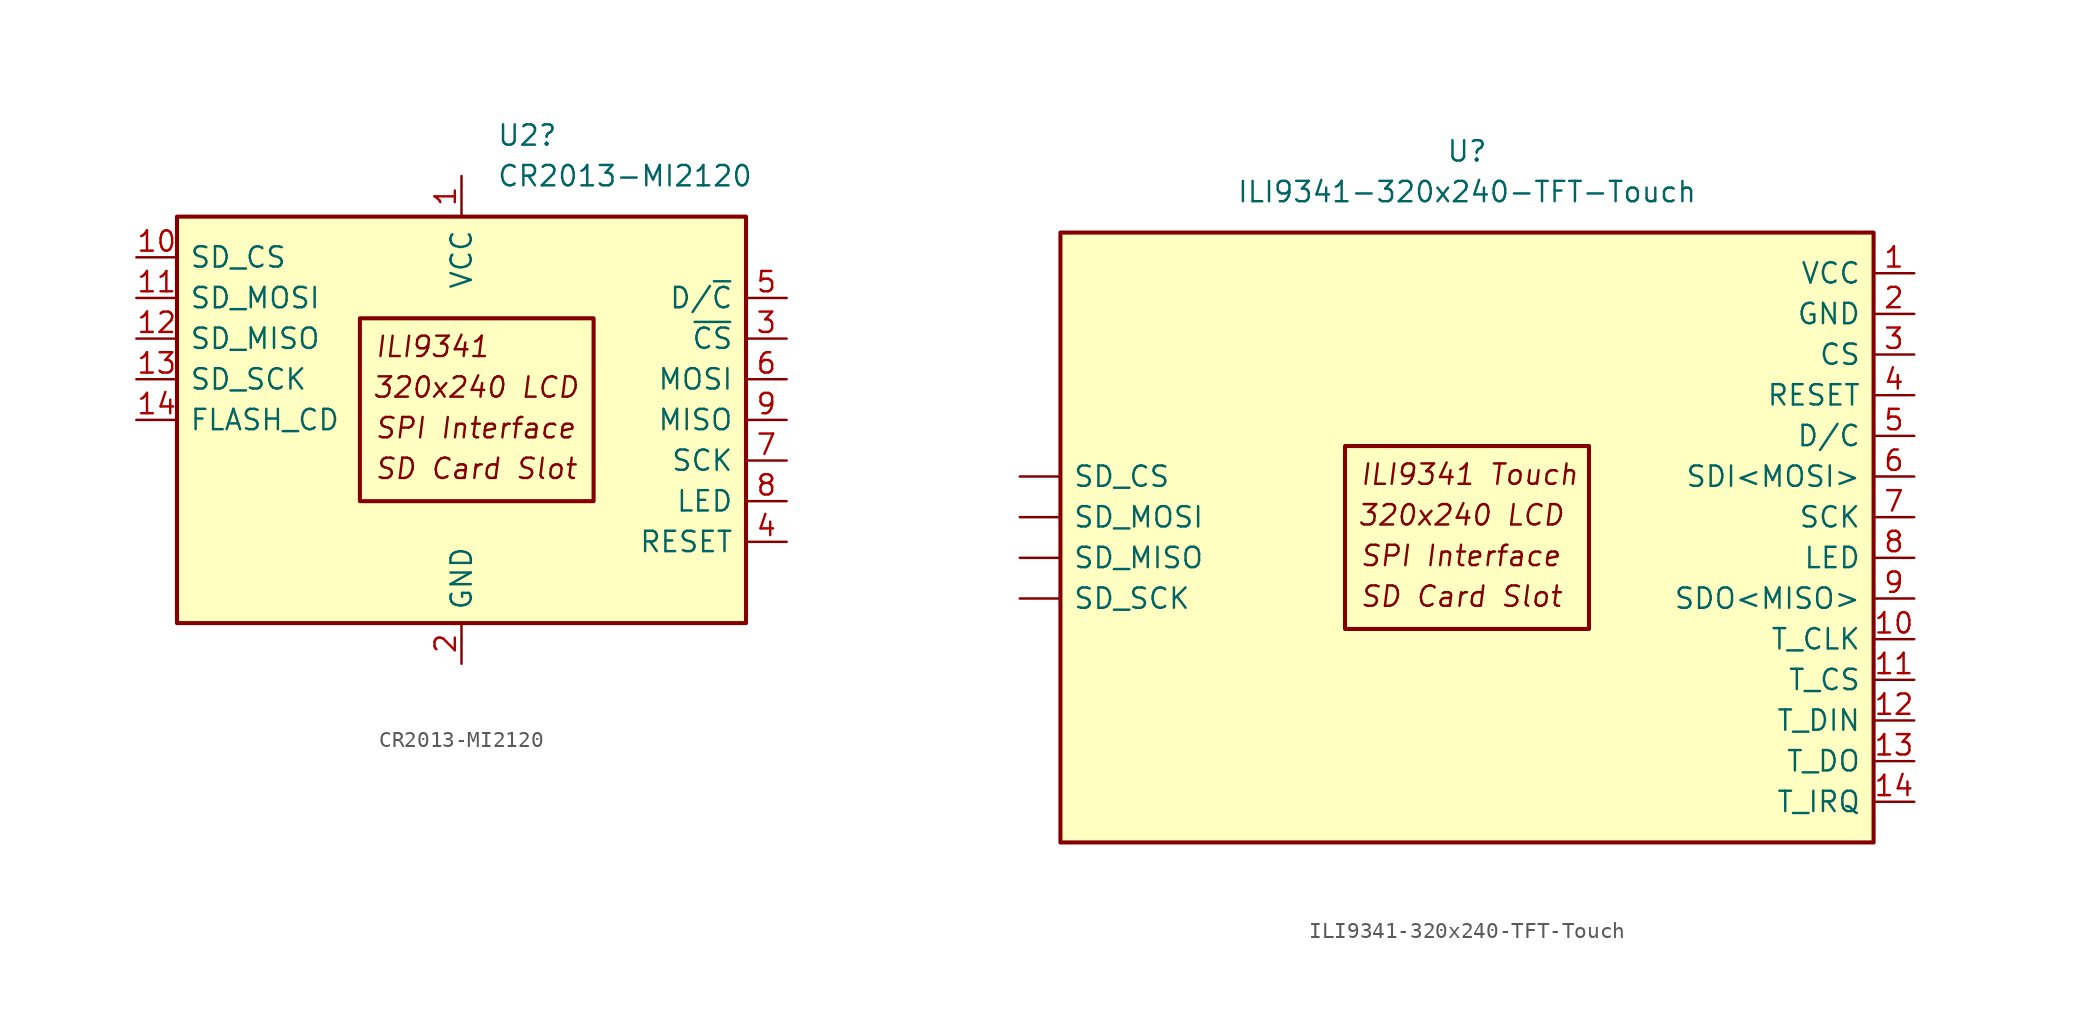
<source format=kicad_sym>
(kicad_symbol_lib
  (version 20231120)
  (generator "kicad_symbol_editor")
  (generator_version "8.0")
  (symbol "CR2013-MI2120"
    (pin_names
      (offset 0.762))
    (property "Reference" "U2"
      (at 2.194 17.78 0)
      (effects (font (size 1.27 1.27)) (justify left)))
    (property "Value" "CR2013-MI2120"
      (at 2.194 15.24 0)
      (effects (font (size 1.27 1.27)) (justify left)))
    (symbol "CR2013-MI2120_0_0"
      (text "320x240 LCD" (at 0.889 2.032 0) (effects (font (size 1.27 1.27) (italic yes))))
      (text "ILI9341" (at -5.461 4.572 0) (effects (font (size 1.27 1.27) (italic yes)) (justify left)))
      (text "SD Card Slot" (at -5.461 -3.048 0) (effects (font (size 1.27 1.27) (italic yes)) (justify left)))
      (text "SPI Interface" (at -5.461 -0.508 0) (effects (font (size 1.27 1.27) (italic yes)) (justify left))))
    (symbol "CR2013-MI2120_0_1"
      (rectangle (start -17.78 12.7) (end 17.78 -12.7) (stroke (width 0.254) (type default)) (fill (type background)))
      (rectangle (start -6.35 6.35) (end 8.255 -5.08) (stroke (width 0.254) (type default)) (fill (type none))))
    (symbol "CR2013-MI2120_1_1"
      (pin power_in line (at 0 15.24 270) (length 2.54) (name "VCC" (effects (font (size 1.27 1.27)))) (number "1" (effects (font (size 1.27 1.27)))))
      (pin input line (at -20.32 10.16 0) (length 2.54) (name "SD_CS" (effects (font (size 1.27 1.27)))) (number "10" (effects (font (size 1.27 1.27)))))
      (pin input line (at -20.32 7.62 0) (length 2.54) (name "SD_MOSI" (effects (font (size 1.27 1.27)))) (number "11" (effects (font (size 1.27 1.27)))))
      (pin output line (at -20.32 5.08 0) (length 2.54) (name "SD_MISO" (effects (font (size 1.27 1.27)))) (number "12" (effects (font (size 1.27 1.27)))))
      (pin input line (at -20.32 2.54 0) (length 2.54) (name "SD_SCK" (effects (font (size 1.27 1.27)))) (number "13" (effects (font (size 1.27 1.27)))))
      (pin input line (at -20.32 0 0) (length 2.54) (name "FLASH_CD" (effects (font (size 1.27 1.27)))) (number "14" (effects (font (size 1.27 1.27)))))
      (pin power_in line (at 0 -15.24 90) (length 2.54) (name "GND" (effects (font (size 1.27 1.27)))) (number "2" (effects (font (size 1.27 1.27)))))
      (pin input line (at 20.32 5.08 180) (length 2.54) (name "~{CS}" (effects (font (size 1.27 1.27)))) (number "3" (effects (font (size 1.27 1.27)))))
      (pin input line (at 20.32 -7.62 180) (length 2.54) (name "RESET" (effects (font (size 1.27 1.27)))) (number "4" (effects (font (size 1.27 1.27)))))
      (pin input line (at 20.32 7.62 180) (length 2.54) (name "D/~{C}" (effects (font (size 1.27 1.27)))) (number "5" (effects (font (size 1.27 1.27)))))
      (pin input line (at 20.32 2.54 180) (length 2.54) (name "MOSI" (effects (font (size 1.27 1.27)))) (number "6" (effects (font (size 1.27 1.27)))))
      (pin input line (at 20.32 -2.54 180) (length 2.54) (name "SCK" (effects (font (size 1.27 1.27)))) (number "7" (effects (font (size 1.27 1.27)))))
      (pin input line (at 20.32 -5.08 180) (length 2.54) (name "LED" (effects (font (size 1.27 1.27)))) (number "8" (effects (font (size 1.27 1.27)))))
      (pin output line (at 20.32 0 180) (length 2.54) (name "MISO" (effects (font (size 1.27 1.27)))) (number "9" (effects (font (size 1.27 1.27)))))))
  (symbol "ILI9341-320x240-TFT-Touch"
    (pin_names
      (offset 0.762))
    (property "Reference" "U"
      (at 8.89 17.78 0)
      (effects (font (size 1.27 1.27))))
    (property "Value" "ILI9341-320x240-TFT-Touch"
      (at 8.89 15.24 0)
      (effects (font (size 1.27 1.27))))
    (symbol "ILI9341-320x240-TFT-Touch_0_0"
      (text "320x240 LCD" (at 8.509 -4.953 0) (effects (font (size 1.27 1.27) (italic yes))))
      (text "SD Card Slot" (at 2.159 -10.033 0) (effects (font (size 1.27 1.27) (italic yes)) (justify left)))
      (text "SPI Interface" (at 2.159 -7.493 0) (effects (font (size 1.27 1.27) (italic yes)) (justify left))))
    (symbol "ILI9341-320x240-TFT-Touch_0_1"
      (rectangle (start -16.51 12.7) (end 34.29 -25.4) (stroke (width 0.254) (type default)) (fill (type background)))
      (rectangle (start 1.27 -0.635) (end 16.51 -12.065) (stroke (width 0.254) (type default)) (fill (type none))))
    (symbol "ILI9341-320x240-TFT-Touch_1_0"
      (text "ILI9341 Touch" (at 2.159 -2.413 0) (effects (font (size 1.27 1.27) (italic yes)) (justify left))))
    (symbol "ILI9341-320x240-TFT-Touch_1_1"
      (pin input line (at -19.05 -2.54 0) (length 2.54) (name "SD_CS" (effects (font (size 1.27 1.27)))) (number "" (effects (font (size 1.27 1.27)))))
      (pin output line (at -19.05 -7.62 0) (length 2.54) (name "SD_MISO" (effects (font (size 1.27 1.27)))) (number "" (effects (font (size 1.27 1.27)))))
      (pin input line (at -19.05 -5.08 0) (length 2.54) (name "SD_MOSI" (effects (font (size 1.27 1.27)))) (number "" (effects (font (size 1.27 1.27)))))
      (pin input line (at -19.05 -10.16 0) (length 2.54) (name "SD_SCK" (effects (font (size 1.27 1.27)))) (number "" (effects (font (size 1.27 1.27)))))
      (pin power_in line (at 36.83 10.16 180) (length 2.54) (name "VCC" (effects (font (size 1.27 1.27)))) (number "1" (effects (font (size 1.27 1.27)))))
      (pin input line (at 36.83 -12.7 180) (length 2.54) (name "T_CLK" (effects (font (size 1.27 1.27)))) (number "10" (effects (font (size 1.27 1.27)))))
      (pin input line (at 36.83 -15.24 180) (length 2.54) (name "T_CS" (effects (font (size 1.27 1.27)))) (number "11" (effects (font (size 1.27 1.27)))))
      (pin input line (at 36.83 -17.78 180) (length 2.54) (name "T_DIN" (effects (font (size 1.27 1.27)))) (number "12" (effects (font (size 1.27 1.27)))))
      (pin output line (at 36.83 -20.32 180) (length 2.54) (name "T_DO" (effects (font (size 1.27 1.27)))) (number "13" (effects (font (size 1.27 1.27)))))
      (pin output line (at 36.83 -22.86 180) (length 2.54) (name "T_IRQ" (effects (font (size 1.27 1.27)))) (number "14" (effects (font (size 1.27 1.27)))))
      (pin power_in line (at 36.83 7.62 180) (length 2.54) (name "GND" (effects (font (size 1.27 1.27)))) (number "2" (effects (font (size 1.27 1.27)))))
      (pin input line (at 36.83 5.08 180) (length 2.54) (name "CS" (effects (font (size 1.27 1.27)))) (number "3" (effects (font (size 1.27 1.27)))))
      (pin input line (at 36.83 2.54 180) (length 2.54) (name "RESET" (effects (font (size 1.27 1.27)))) (number "4" (effects (font (size 1.27 1.27)))))
      (pin input line (at 36.83 0 180) (length 2.54) (name "D/C" (effects (font (size 1.27 1.27)))) (number "5" (effects (font (size 1.27 1.27)))))
      (pin input line (at 36.83 -2.54 180) (length 2.54) (name "SDI<MOSI>" (effects (font (size 1.27 1.27)))) (number "6" (effects (font (size 1.27 1.27)))))
      (pin input line (at 36.83 -5.08 180) (length 2.54) (name "SCK" (effects (font (size 1.27 1.27)))) (number "7" (effects (font (size 1.27 1.27)))))
      (pin passive line (at 36.83 -7.62 180) (length 2.54) (name "LED" (effects (font (size 1.27 1.27)))) (number "8" (effects (font (size 1.27 1.27)))))
      (pin output line (at 36.83 -10.16 180) (length 2.54) (name "SDO<MISO>" (effects (font (size 1.27 1.27)))) (number "9" (effects (font (size 1.27 1.27))))))))
</source>
